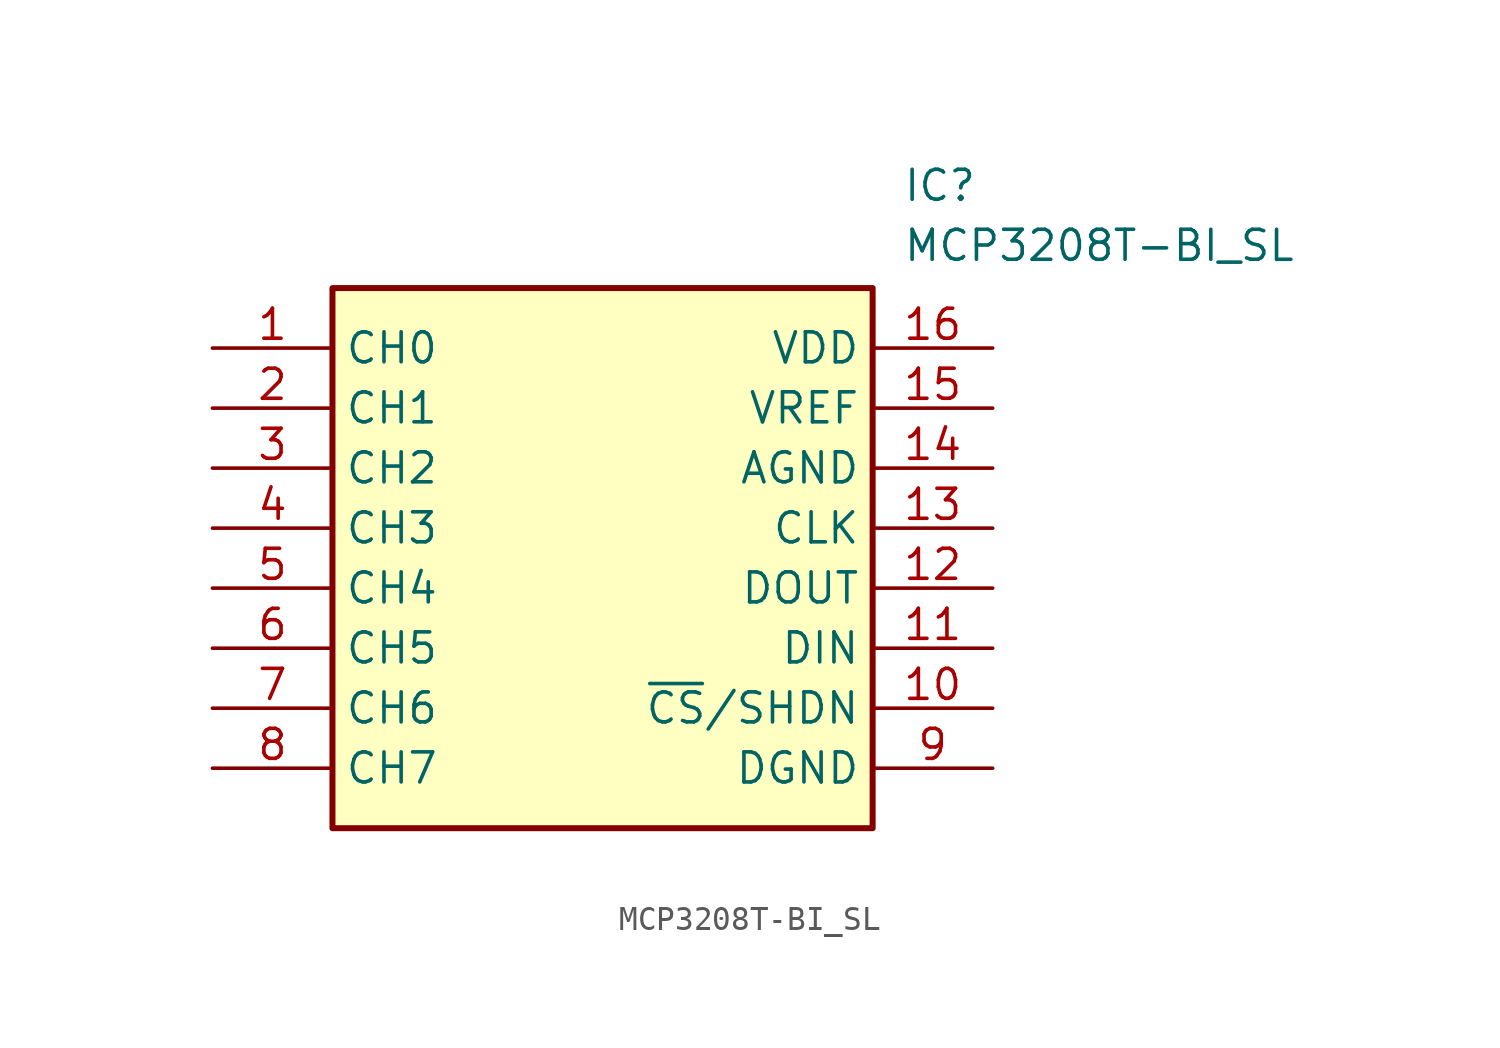
<source format=kicad_sym>
(kicad_symbol_lib
  (version 20220914)
  (generator kicad_symbol_editor)
  (symbol "MCP3208T-BI_SL"
    (property "Reference" "IC"
      (at 29.21 7.62 0)
      (effects (font (size 1.27 1.27)) (justify left top)))
    (property "Value" "MCP3208T-BI_SL"
      (at 29.21 5.08 0)
      (effects (font (size 1.27 1.27)) (justify left top)))
    (symbol "MCP3208T-BI_SL_1_1"
      (rectangle (start 5.08 2.54) (end 27.94 -20.32) (stroke (width 0.254) (type default)) (fill (type background)))
      (pin passive line (at 0 0 0) (length 5.08) (name "CH0" (effects (font (size 1.27 1.27)))) (number "1" (effects (font (size 1.27 1.27)))))
      (pin passive line (at 33.02 -15.24 180) (length 5.08) (name "~{CS}/SHDN" (effects (font (size 1.27 1.27)))) (number "10" (effects (font (size 1.27 1.27)))))
      (pin passive line (at 33.02 -12.7 180) (length 5.08) (name "DIN" (effects (font (size 1.27 1.27)))) (number "11" (effects (font (size 1.27 1.27)))))
      (pin passive line (at 33.02 -10.16 180) (length 5.08) (name "DOUT" (effects (font (size 1.27 1.27)))) (number "12" (effects (font (size 1.27 1.27)))))
      (pin passive line (at 33.02 -7.62 180) (length 5.08) (name "CLK" (effects (font (size 1.27 1.27)))) (number "13" (effects (font (size 1.27 1.27)))))
      (pin passive line (at 33.02 -5.08 180) (length 5.08) (name "AGND" (effects (font (size 1.27 1.27)))) (number "14" (effects (font (size 1.27 1.27)))))
      (pin passive line (at 33.02 -2.54 180) (length 5.08) (name "VREF" (effects (font (size 1.27 1.27)))) (number "15" (effects (font (size 1.27 1.27)))))
      (pin passive line (at 33.02 0 180) (length 5.08) (name "VDD" (effects (font (size 1.27 1.27)))) (number "16" (effects (font (size 1.27 1.27)))))
      (pin passive line (at 0 -2.54 0) (length 5.08) (name "CH1" (effects (font (size 1.27 1.27)))) (number "2" (effects (font (size 1.27 1.27)))))
      (pin passive line (at 0 -5.08 0) (length 5.08) (name "CH2" (effects (font (size 1.27 1.27)))) (number "3" (effects (font (size 1.27 1.27)))))
      (pin passive line (at 0 -7.62 0) (length 5.08) (name "CH3" (effects (font (size 1.27 1.27)))) (number "4" (effects (font (size 1.27 1.27)))))
      (pin passive line (at 0 -10.16 0) (length 5.08) (name "CH4" (effects (font (size 1.27 1.27)))) (number "5" (effects (font (size 1.27 1.27)))))
      (pin passive line (at 0 -12.7 0) (length 5.08) (name "CH5" (effects (font (size 1.27 1.27)))) (number "6" (effects (font (size 1.27 1.27)))))
      (pin passive line (at 0 -15.24 0) (length 5.08) (name "CH6" (effects (font (size 1.27 1.27)))) (number "7" (effects (font (size 1.27 1.27)))))
      (pin passive line (at 0 -17.78 0) (length 5.08) (name "CH7" (effects (font (size 1.27 1.27)))) (number "8" (effects (font (size 1.27 1.27)))))
      (pin passive line (at 33.02 -17.78 180) (length 5.08) (name "DGND" (effects (font (size 1.27 1.27)))) (number "9" (effects (font (size 1.27 1.27))))))))
</source>
